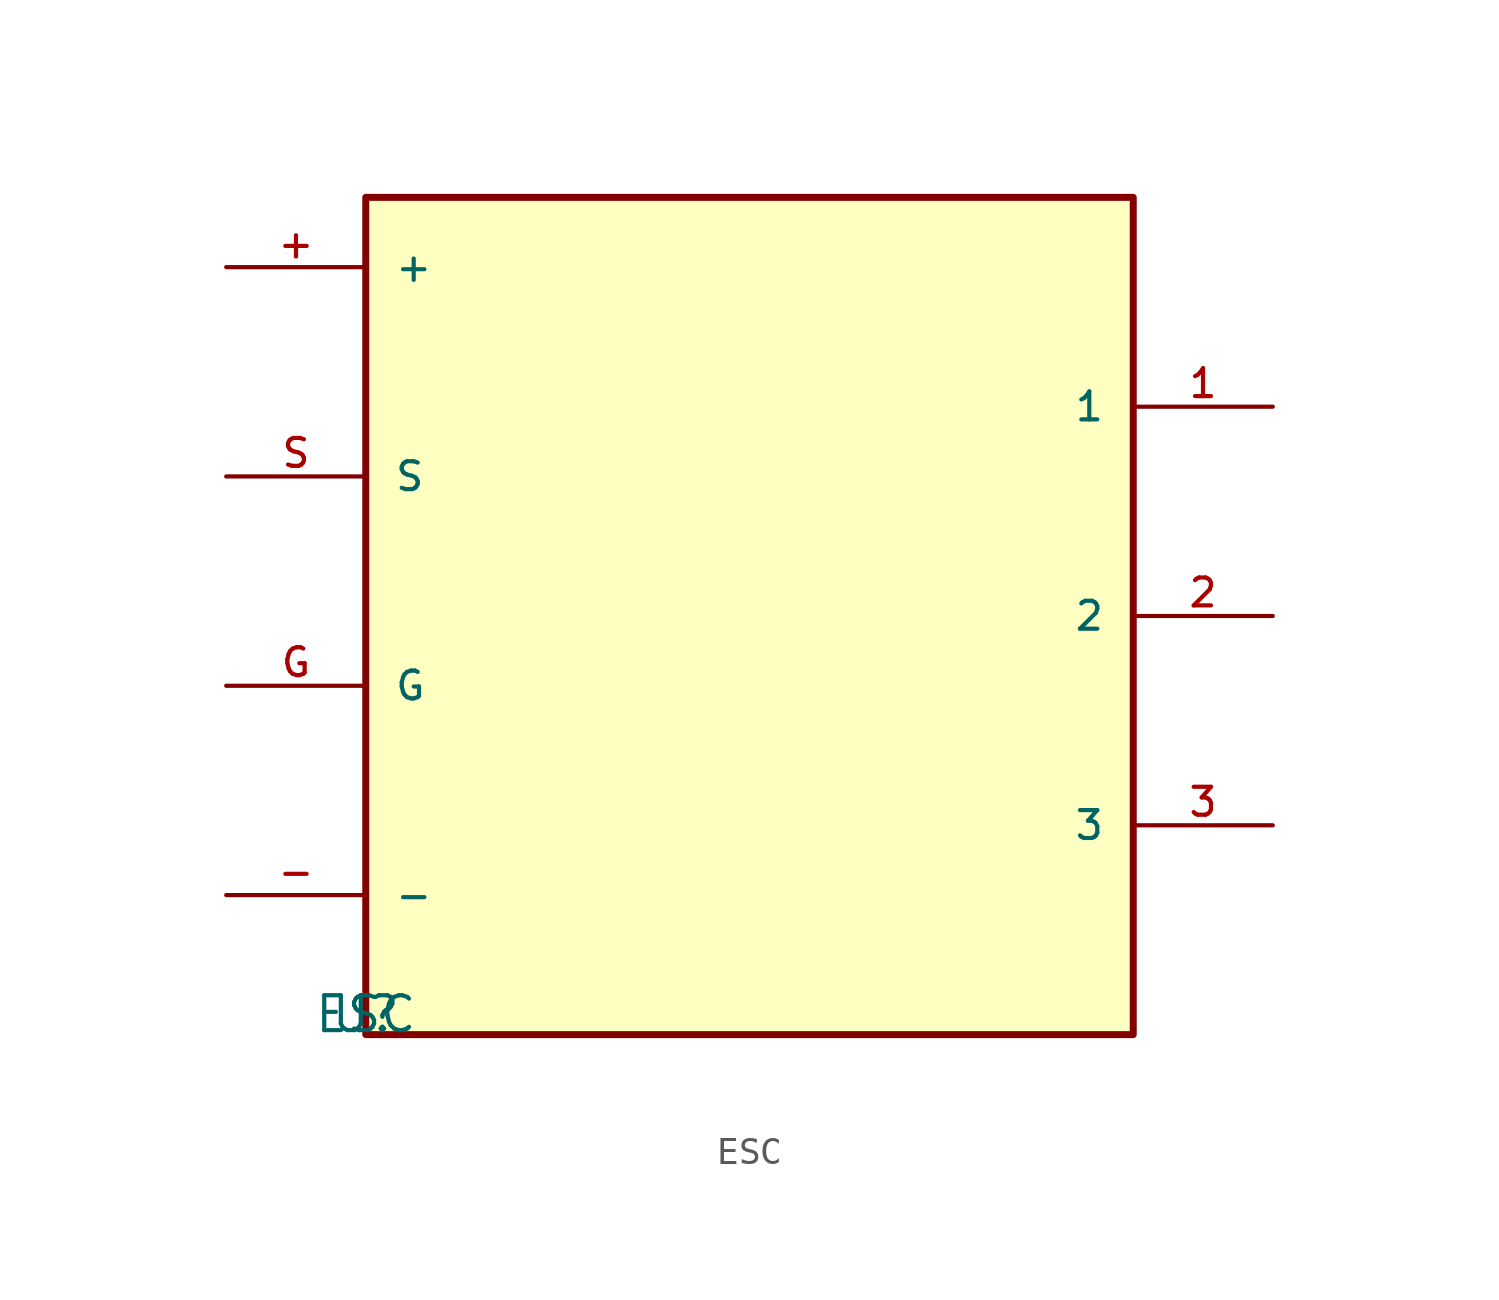
<source format=kicad_sym>
(kicad_symbol_lib
  (version 20211014)
  (generator kicad_symbol_editor)
  (symbol "ESC"
    (pin_names
      (offset 1.016))
    (property "Reference" "U"
      (at 0 0 0)
      (effects (font (size 1.27 1.27)) (justify bottom)))
    (property "Value" "ESC"
      (at 0 0.0 0)
      (effects (font (size 1.27 1.27)) (justify bottom)))
    (symbol "ESC_0_0"
      (rectangle (start 0.0 0.0) (end 27.94 30.48) (stroke (width 0.254)) (fill (type background)))
      (pin bidirectional line (at -5.08 27.94 0) (length 5.08) (name "+" (effects (font (size 1.016 1.016)))) (number "+" (effects (font (size 1.016 1.016)))))
      (pin bidirectional line (at -5.08 20.32 0) (length 5.08) (name "S" (effects (font (size 1.016 1.016)))) (number "S" (effects (font (size 1.016 1.016)))))
      (pin bidirectional line (at -5.08 12.7 0) (length 5.08) (name "G" (effects (font (size 1.016 1.016)))) (number "G" (effects (font (size 1.016 1.016)))))
      (pin bidirectional line (at -5.08 5.08 0) (length 5.08) (name "-" (effects (font (size 1.016 1.016)))) (number "-" (effects (font (size 1.016 1.016)))))
      (pin bidirectional line (at 33.02 22.86 180.0) (length 5.08) (name "1" (effects (font (size 1.016 1.016)))) (number "1" (effects (font (size 1.016 1.016)))))
      (pin bidirectional line (at 33.02 15.24 180.0) (length 5.08) (name "2" (effects (font (size 1.016 1.016)))) (number "2" (effects (font (size 1.016 1.016)))))
      (pin bidirectional line (at 33.02 7.62 180.0) (length 5.08) (name "3" (effects (font (size 1.016 1.016)))) (number "3" (effects (font (size 1.016 1.016))))))))
</source>
